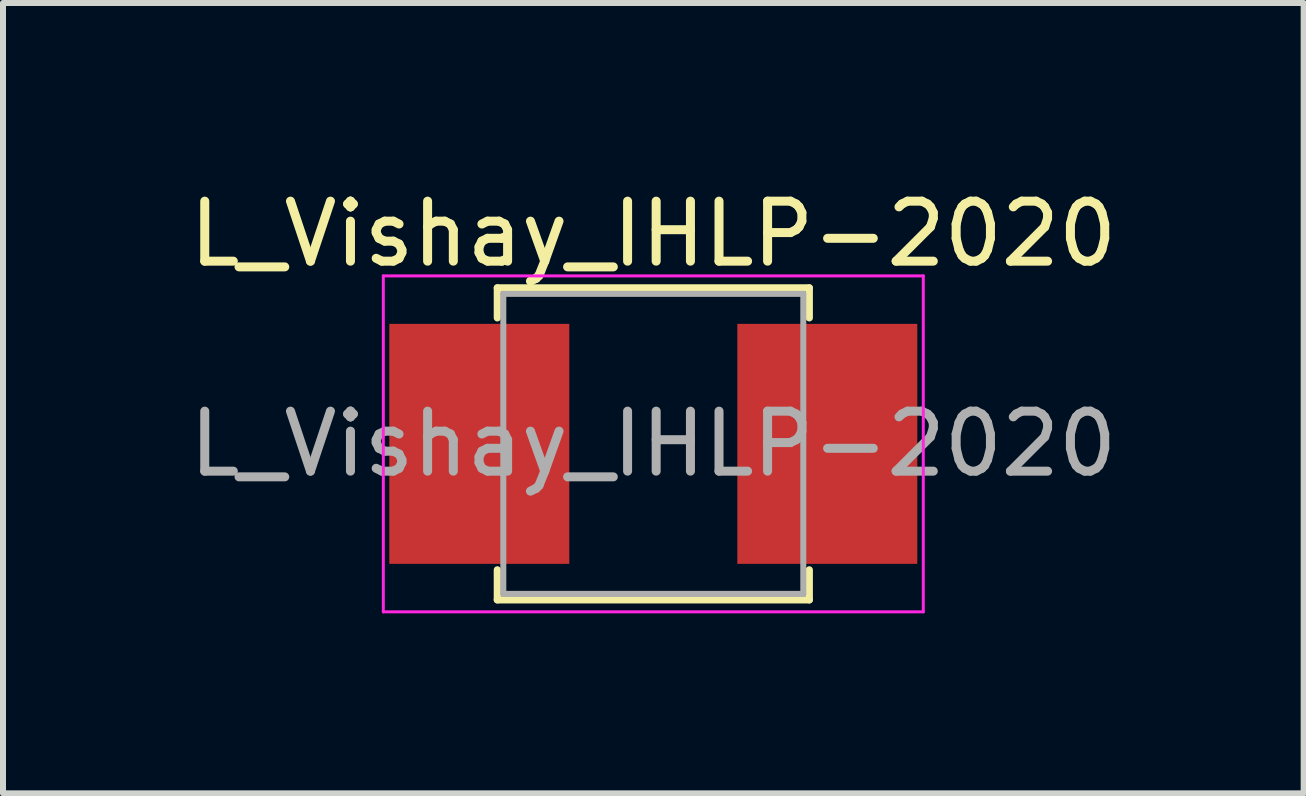
<source format=kicad_pcb>
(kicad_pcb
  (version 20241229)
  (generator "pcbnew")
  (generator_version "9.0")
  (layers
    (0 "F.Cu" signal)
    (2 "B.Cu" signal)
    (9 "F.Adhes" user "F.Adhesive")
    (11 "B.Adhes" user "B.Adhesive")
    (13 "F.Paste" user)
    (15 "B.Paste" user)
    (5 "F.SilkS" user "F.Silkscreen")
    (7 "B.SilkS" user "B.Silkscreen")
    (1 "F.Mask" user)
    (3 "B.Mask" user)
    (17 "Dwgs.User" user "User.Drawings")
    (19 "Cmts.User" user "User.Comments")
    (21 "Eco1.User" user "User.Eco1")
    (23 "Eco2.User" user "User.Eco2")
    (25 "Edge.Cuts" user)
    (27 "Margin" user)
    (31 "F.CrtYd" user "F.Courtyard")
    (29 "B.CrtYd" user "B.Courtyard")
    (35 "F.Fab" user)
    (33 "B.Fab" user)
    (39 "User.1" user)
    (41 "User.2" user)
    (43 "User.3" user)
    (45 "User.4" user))
  (footprint "L_Vishay_IHLP-2020"
    (layer "F.Cu")
    (at 7.839 4.348)
    (property "Reference" "L_Vishay_IHLP-2020" (at 0 -3.5 0) (layer "F.SilkS") (effects (font (size 1 1) (thickness 0.15))))
    (attr smd)
    (fp_line (start -2.6 -2.6) (end 2.6 -2.6) (stroke (width 0.12) (type solid)) (layer "F.SilkS"))
    (fp_line (start -2.6 -2.1) (end -2.6 -2.6) (stroke (width 0.12) (type solid)) (layer "F.SilkS"))
    (fp_line (start -2.6 2.1) (end -2.6 2.6) (stroke (width 0.12) (type solid)) (layer "F.SilkS"))
    (fp_line (start -2.6 2.6) (end 2.6 2.6) (stroke (width 0.12) (type solid)) (layer "F.SilkS"))
    (fp_line (start 2.6 -2.6) (end 2.6 -2.1) (stroke (width 0.12) (type solid)) (layer "F.SilkS"))
    (fp_line (start 2.6 2.6) (end 2.6 2.1) (stroke (width 0.12) (type solid)) (layer "F.SilkS"))
    (fp_line (start -4.5 -2.8) (end -4.5 2.8) (stroke (width 0.05) (type solid)) (layer "F.CrtYd"))
    (fp_line (start -4.5 2.8) (end 4.5 2.8) (stroke (width 0.05) (type solid)) (layer "F.CrtYd"))
    (fp_line (start 4.5 -2.8) (end -4.5 -2.8) (stroke (width 0.05) (type solid)) (layer "F.CrtYd"))
    (fp_line (start 4.5 2.8) (end 4.5 -2.8) (stroke (width 0.05) (type solid)) (layer "F.CrtYd"))
    (fp_line (start -2.5 -2.5) (end -2.5 2.5) (stroke (width 0.1) (type solid)) (layer "F.Fab"))
    (fp_line (start -2.5 2.5) (end 2.5 2.5) (stroke (width 0.1) (type solid)) (layer "F.Fab"))
    (fp_line (start 2.5 -2.5) (end -2.5 -2.5) (stroke (width 0.1) (type solid)) (layer "F.Fab"))
    (fp_line (start 2.5 2.5) (end 2.5 -2.5) (stroke (width 0.1) (type solid)) (layer "F.Fab"))
    (fp_text user "${REFERENCE}" (at 0 0 0) (layer "F.Fab") (effects (font (size 1 1) (thickness 0.15))))
    (pad "1" smd rect (at -2.9 0) (size 3 4) (layers "F.Cu" "F.Mask" "F.Paste"))
    (pad "2" smd rect (at 2.9 0) (size 3 4) (layers "F.Cu" "F.Mask" "F.Paste")))
  (gr_rect
    (start -3 -3)
    (end 18.679 10.173)
    (stroke (width 0.1) (type default))
    (fill no)
    (layer "Edge.Cuts")))
</source>
